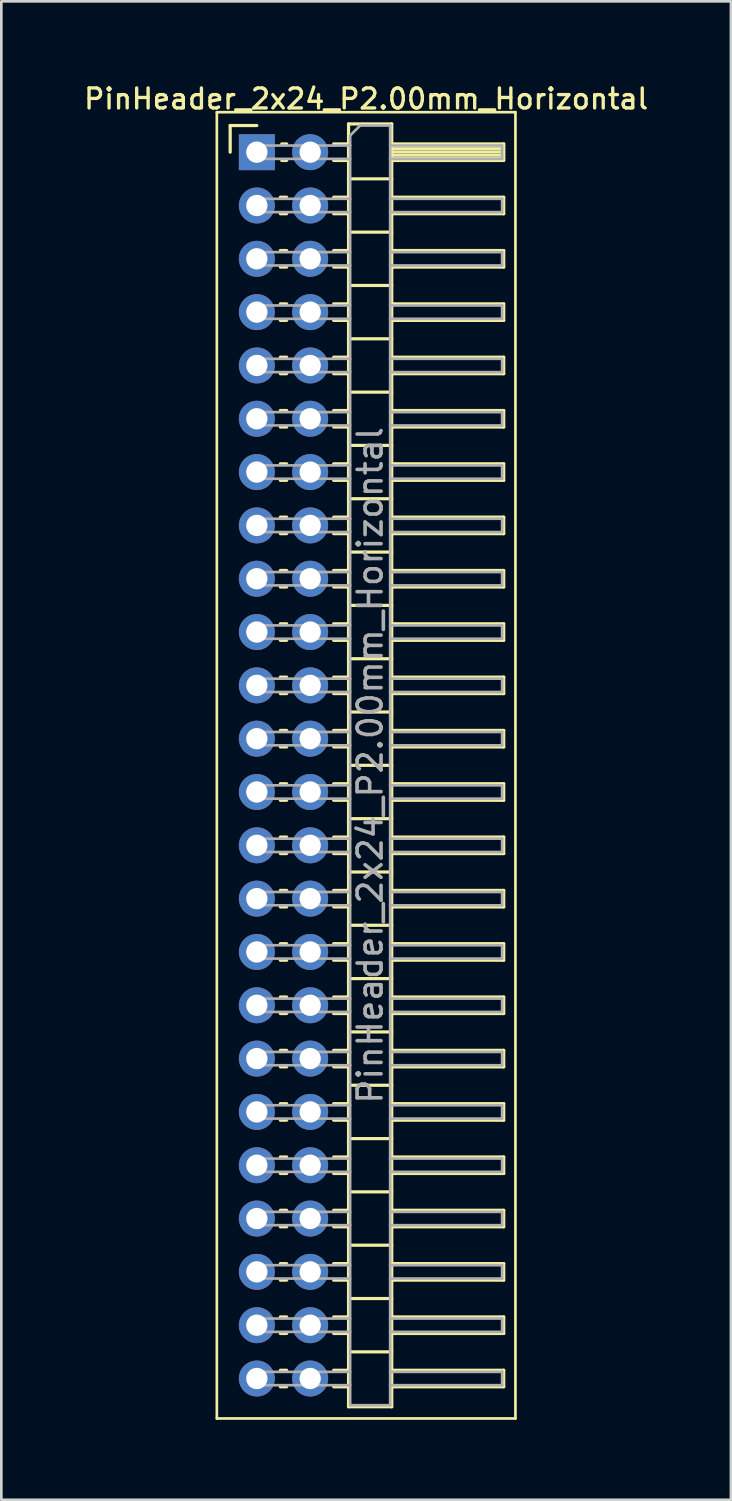
<source format=kicad_pcb>
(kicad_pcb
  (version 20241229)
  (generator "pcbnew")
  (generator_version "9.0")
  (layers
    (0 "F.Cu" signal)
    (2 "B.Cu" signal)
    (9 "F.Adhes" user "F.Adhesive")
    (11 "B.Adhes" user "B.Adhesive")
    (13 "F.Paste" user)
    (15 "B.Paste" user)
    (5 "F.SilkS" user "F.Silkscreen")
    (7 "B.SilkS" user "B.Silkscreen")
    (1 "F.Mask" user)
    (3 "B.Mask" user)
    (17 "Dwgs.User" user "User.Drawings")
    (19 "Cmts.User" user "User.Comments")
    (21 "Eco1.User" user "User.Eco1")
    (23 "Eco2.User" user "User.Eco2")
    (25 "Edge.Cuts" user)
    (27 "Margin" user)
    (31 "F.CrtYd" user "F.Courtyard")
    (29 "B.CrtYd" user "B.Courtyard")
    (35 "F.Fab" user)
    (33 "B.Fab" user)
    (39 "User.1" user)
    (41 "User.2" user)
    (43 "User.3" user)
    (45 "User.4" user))
  (footprint "PinHeader_2x24_P2.00mm_Horizontal"
    (layer "F.Cu")
    (at 6.584 2.658)
    (property "Reference" "PinHeader_2x24_P2.00mm_Horizontal" (at 4.1 -2 0) (layer "F.SilkS") (effects (font (size 0.75 0.75) (thickness 0.125))))
    (attr through_hole)
    (fp_line (start -1.5 -1.5) (end -1.5 47.5) (stroke (width 0.1) (type solid)) (layer "F.SilkS"))
    (fp_line (start -1.5 47.5) (end 9.7 47.5) (stroke (width 0.1) (type solid)) (layer "F.SilkS"))
    (fp_line (start -1 -1) (end 0 -1) (stroke (width 0.12) (type solid)) (layer "F.SilkS"))
    (fp_line (start -1 0) (end -1 -1) (stroke (width 0.12) (type solid)) (layer "F.SilkS"))
    (fp_line (start 0.882 1.69) (end 1.118 1.69) (stroke (width 0.12) (type solid)) (layer "F.SilkS"))
    (fp_line (start 0.882 2.31) (end 1.118 2.31) (stroke (width 0.12) (type solid)) (layer "F.SilkS"))
    (fp_line (start 0.882 3.69) (end 1.118 3.69) (stroke (width 0.12) (type solid)) (layer "F.SilkS"))
    (fp_line (start 0.882 4.31) (end 1.118 4.31) (stroke (width 0.12) (type solid)) (layer "F.SilkS"))
    (fp_line (start 0.882 5.69) (end 1.118 5.69) (stroke (width 0.12) (type solid)) (layer "F.SilkS"))
    (fp_line (start 0.882 6.31) (end 1.118 6.31) (stroke (width 0.12) (type solid)) (layer "F.SilkS"))
    (fp_line (start 0.882 7.69) (end 1.118 7.69) (stroke (width 0.12) (type solid)) (layer "F.SilkS"))
    (fp_line (start 0.882 8.31) (end 1.118 8.31) (stroke (width 0.12) (type solid)) (layer "F.SilkS"))
    (fp_line (start 0.882 9.69) (end 1.118 9.69) (stroke (width 0.12) (type solid)) (layer "F.SilkS"))
    (fp_line (start 0.882 10.31) (end 1.118 10.31) (stroke (width 0.12) (type solid)) (layer "F.SilkS"))
    (fp_line (start 0.882 11.69) (end 1.118 11.69) (stroke (width 0.12) (type solid)) (layer "F.SilkS"))
    (fp_line (start 0.882 12.31) (end 1.118 12.31) (stroke (width 0.12) (type solid)) (layer "F.SilkS"))
    (fp_line (start 0.882 13.69) (end 1.118 13.69) (stroke (width 0.12) (type solid)) (layer "F.SilkS"))
    (fp_line (start 0.882 14.31) (end 1.118 14.31) (stroke (width 0.12) (type solid)) (layer "F.SilkS"))
    (fp_line (start 0.882 15.69) (end 1.118 15.69) (stroke (width 0.12) (type solid)) (layer "F.SilkS"))
    (fp_line (start 0.882 16.31) (end 1.118 16.31) (stroke (width 0.12) (type solid)) (layer "F.SilkS"))
    (fp_line (start 0.882 17.69) (end 1.118 17.69) (stroke (width 0.12) (type solid)) (layer "F.SilkS"))
    (fp_line (start 0.882 18.31) (end 1.118 18.31) (stroke (width 0.12) (type solid)) (layer "F.SilkS"))
    (fp_line (start 0.882 19.69) (end 1.118 19.69) (stroke (width 0.12) (type solid)) (layer "F.SilkS"))
    (fp_line (start 0.882 20.31) (end 1.118 20.31) (stroke (width 0.12) (type solid)) (layer "F.SilkS"))
    (fp_line (start 0.882 21.69) (end 1.118 21.69) (stroke (width 0.12) (type solid)) (layer "F.SilkS"))
    (fp_line (start 0.882 22.31) (end 1.118 22.31) (stroke (width 0.12) (type solid)) (layer "F.SilkS"))
    (fp_line (start 0.882 23.69) (end 1.118 23.69) (stroke (width 0.12) (type solid)) (layer "F.SilkS"))
    (fp_line (start 0.882 24.31) (end 1.118 24.31) (stroke (width 0.12) (type solid)) (layer "F.SilkS"))
    (fp_line (start 0.882 25.69) (end 1.118 25.69) (stroke (width 0.12) (type solid)) (layer "F.SilkS"))
    (fp_line (start 0.882 26.31) (end 1.118 26.31) (stroke (width 0.12) (type solid)) (layer "F.SilkS"))
    (fp_line (start 0.882 27.69) (end 1.118 27.69) (stroke (width 0.12) (type solid)) (layer "F.SilkS"))
    (fp_line (start 0.882 28.31) (end 1.118 28.31) (stroke (width 0.12) (type solid)) (layer "F.SilkS"))
    (fp_line (start 0.882 29.69) (end 1.118 29.69) (stroke (width 0.12) (type solid)) (layer "F.SilkS"))
    (fp_line (start 0.882 30.31) (end 1.118 30.31) (stroke (width 0.12) (type solid)) (layer "F.SilkS"))
    (fp_line (start 0.882 31.69) (end 1.118 31.69) (stroke (width 0.12) (type solid)) (layer "F.SilkS"))
    (fp_line (start 0.882 32.31) (end 1.118 32.31) (stroke (width 0.12) (type solid)) (layer "F.SilkS"))
    (fp_line (start 0.882 33.69) (end 1.118 33.69) (stroke (width 0.12) (type solid)) (layer "F.SilkS"))
    (fp_line (start 0.882 34.31) (end 1.118 34.31) (stroke (width 0.12) (type solid)) (layer "F.SilkS"))
    (fp_line (start 0.882 35.69) (end 1.118 35.69) (stroke (width 0.12) (type solid)) (layer "F.SilkS"))
    (fp_line (start 0.882 36.31) (end 1.118 36.31) (stroke (width 0.12) (type solid)) (layer "F.SilkS"))
    (fp_line (start 0.882 37.69) (end 1.118 37.69) (stroke (width 0.12) (type solid)) (layer "F.SilkS"))
    (fp_line (start 0.882 38.31) (end 1.118 38.31) (stroke (width 0.12) (type solid)) (layer "F.SilkS"))
    (fp_line (start 0.882 39.69) (end 1.118 39.69) (stroke (width 0.12) (type solid)) (layer "F.SilkS"))
    (fp_line (start 0.882 40.31) (end 1.118 40.31) (stroke (width 0.12) (type solid)) (layer "F.SilkS"))
    (fp_line (start 0.882 41.69) (end 1.118 41.69) (stroke (width 0.12) (type solid)) (layer "F.SilkS"))
    (fp_line (start 0.882 42.31) (end 1.118 42.31) (stroke (width 0.12) (type solid)) (layer "F.SilkS"))
    (fp_line (start 0.882 43.69) (end 1.118 43.69) (stroke (width 0.12) (type solid)) (layer "F.SilkS"))
    (fp_line (start 0.882 44.31) (end 1.118 44.31) (stroke (width 0.12) (type solid)) (layer "F.SilkS"))
    (fp_line (start 0.882 45.69) (end 1.118 45.69) (stroke (width 0.12) (type solid)) (layer "F.SilkS"))
    (fp_line (start 0.882 46.31) (end 1.118 46.31) (stroke (width 0.12) (type solid)) (layer "F.SilkS"))
    (fp_line (start 0.935 -0.31) (end 1.118 -0.31) (stroke (width 0.12) (type solid)) (layer "F.SilkS"))
    (fp_line (start 0.935 0.31) (end 1.118 0.31) (stroke (width 0.12) (type solid)) (layer "F.SilkS"))
    (fp_line (start 2.882 -0.31) (end 3.44 -0.31) (stroke (width 0.12) (type solid)) (layer "F.SilkS"))
    (fp_line (start 2.882 0.31) (end 3.44 0.31) (stroke (width 0.12) (type solid)) (layer "F.SilkS"))
    (fp_line (start 2.882 1.69) (end 3.44 1.69) (stroke (width 0.12) (type solid)) (layer "F.SilkS"))
    (fp_line (start 2.882 2.31) (end 3.44 2.31) (stroke (width 0.12) (type solid)) (layer "F.SilkS"))
    (fp_line (start 2.882 3.69) (end 3.44 3.69) (stroke (width 0.12) (type solid)) (layer "F.SilkS"))
    (fp_line (start 2.882 4.31) (end 3.44 4.31) (stroke (width 0.12) (type solid)) (layer "F.SilkS"))
    (fp_line (start 2.882 5.69) (end 3.44 5.69) (stroke (width 0.12) (type solid)) (layer "F.SilkS"))
    (fp_line (start 2.882 6.31) (end 3.44 6.31) (stroke (width 0.12) (type solid)) (layer "F.SilkS"))
    (fp_line (start 2.882 7.69) (end 3.44 7.69) (stroke (width 0.12) (type solid)) (layer "F.SilkS"))
    (fp_line (start 2.882 8.31) (end 3.44 8.31) (stroke (width 0.12) (type solid)) (layer "F.SilkS"))
    (fp_line (start 2.882 9.69) (end 3.44 9.69) (stroke (width 0.12) (type solid)) (layer "F.SilkS"))
    (fp_line (start 2.882 10.31) (end 3.44 10.31) (stroke (width 0.12) (type solid)) (layer "F.SilkS"))
    (fp_line (start 2.882 11.69) (end 3.44 11.69) (stroke (width 0.12) (type solid)) (layer "F.SilkS"))
    (fp_line (start 2.882 12.31) (end 3.44 12.31) (stroke (width 0.12) (type solid)) (layer "F.SilkS"))
    (fp_line (start 2.882 13.69) (end 3.44 13.69) (stroke (width 0.12) (type solid)) (layer "F.SilkS"))
    (fp_line (start 2.882 14.31) (end 3.44 14.31) (stroke (width 0.12) (type solid)) (layer "F.SilkS"))
    (fp_line (start 2.882 15.69) (end 3.44 15.69) (stroke (width 0.12) (type solid)) (layer "F.SilkS"))
    (fp_line (start 2.882 16.31) (end 3.44 16.31) (stroke (width 0.12) (type solid)) (layer "F.SilkS"))
    (fp_line (start 2.882 17.69) (end 3.44 17.69) (stroke (width 0.12) (type solid)) (layer "F.SilkS"))
    (fp_line (start 2.882 18.31) (end 3.44 18.31) (stroke (width 0.12) (type solid)) (layer "F.SilkS"))
    (fp_line (start 2.882 19.69) (end 3.44 19.69) (stroke (width 0.12) (type solid)) (layer "F.SilkS"))
    (fp_line (start 2.882 20.31) (end 3.44 20.31) (stroke (width 0.12) (type solid)) (layer "F.SilkS"))
    (fp_line (start 2.882 21.69) (end 3.44 21.69) (stroke (width 0.12) (type solid)) (layer "F.SilkS"))
    (fp_line (start 2.882 22.31) (end 3.44 22.31) (stroke (width 0.12) (type solid)) (layer "F.SilkS"))
    (fp_line (start 2.882 23.69) (end 3.44 23.69) (stroke (width 0.12) (type solid)) (layer "F.SilkS"))
    (fp_line (start 2.882 24.31) (end 3.44 24.31) (stroke (width 0.12) (type solid)) (layer "F.SilkS"))
    (fp_line (start 2.882 25.69) (end 3.44 25.69) (stroke (width 0.12) (type solid)) (layer "F.SilkS"))
    (fp_line (start 2.882 26.31) (end 3.44 26.31) (stroke (width 0.12) (type solid)) (layer "F.SilkS"))
    (fp_line (start 2.882 27.69) (end 3.44 27.69) (stroke (width 0.12) (type solid)) (layer "F.SilkS"))
    (fp_line (start 2.882 28.31) (end 3.44 28.31) (stroke (width 0.12) (type solid)) (layer "F.SilkS"))
    (fp_line (start 2.882 29.69) (end 3.44 29.69) (stroke (width 0.12) (type solid)) (layer "F.SilkS"))
    (fp_line (start 2.882 30.31) (end 3.44 30.31) (stroke (width 0.12) (type solid)) (layer "F.SilkS"))
    (fp_line (start 2.882 31.69) (end 3.44 31.69) (stroke (width 0.12) (type solid)) (layer "F.SilkS"))
    (fp_line (start 2.882 32.31) (end 3.44 32.31) (stroke (width 0.12) (type solid)) (layer "F.SilkS"))
    (fp_line (start 2.882 33.69) (end 3.44 33.69) (stroke (width 0.12) (type solid)) (layer "F.SilkS"))
    (fp_line (start 2.882 34.31) (end 3.44 34.31) (stroke (width 0.12) (type solid)) (layer "F.SilkS"))
    (fp_line (start 2.882 35.69) (end 3.44 35.69) (stroke (width 0.12) (type solid)) (layer "F.SilkS"))
    (fp_line (start 2.882 36.31) (end 3.44 36.31) (stroke (width 0.12) (type solid)) (layer "F.SilkS"))
    (fp_line (start 2.882 37.69) (end 3.44 37.69) (stroke (width 0.12) (type solid)) (layer "F.SilkS"))
    (fp_line (start 2.882 38.31) (end 3.44 38.31) (stroke (width 0.12) (type solid)) (layer "F.SilkS"))
    (fp_line (start 2.882 39.69) (end 3.44 39.69) (stroke (width 0.12) (type solid)) (layer "F.SilkS"))
    (fp_line (start 2.882 40.31) (end 3.44 40.31) (stroke (width 0.12) (type solid)) (layer "F.SilkS"))
    (fp_line (start 2.882 41.69) (end 3.44 41.69) (stroke (width 0.12) (type solid)) (layer "F.SilkS"))
    (fp_line (start 2.882 42.31) (end 3.44 42.31) (stroke (width 0.12) (type solid)) (layer "F.SilkS"))
    (fp_line (start 2.882 43.69) (end 3.44 43.69) (stroke (width 0.12) (type solid)) (layer "F.SilkS"))
    (fp_line (start 2.882 44.31) (end 3.44 44.31) (stroke (width 0.12) (type solid)) (layer "F.SilkS"))
    (fp_line (start 2.882 45.69) (end 3.44 45.69) (stroke (width 0.12) (type solid)) (layer "F.SilkS"))
    (fp_line (start 2.882 46.31) (end 3.44 46.31) (stroke (width 0.12) (type solid)) (layer "F.SilkS"))
    (fp_line (start 3.44 -1.06) (end 3.44 47.06) (stroke (width 0.12) (type solid)) (layer "F.SilkS"))
    (fp_line (start 3.44 1) (end 5.06 1) (stroke (width 0.12) (type solid)) (layer "F.SilkS"))
    (fp_line (start 3.44 3) (end 5.06 3) (stroke (width 0.12) (type solid)) (layer "F.SilkS"))
    (fp_line (start 3.44 5) (end 5.06 5) (stroke (width 0.12) (type solid)) (layer "F.SilkS"))
    (fp_line (start 3.44 7) (end 5.06 7) (stroke (width 0.12) (type solid)) (layer "F.SilkS"))
    (fp_line (start 3.44 9) (end 5.06 9) (stroke (width 0.12) (type solid)) (layer "F.SilkS"))
    (fp_line (start 3.44 11) (end 5.06 11) (stroke (width 0.12) (type solid)) (layer "F.SilkS"))
    (fp_line (start 3.44 13) (end 5.06 13) (stroke (width 0.12) (type solid)) (layer "F.SilkS"))
    (fp_line (start 3.44 15) (end 5.06 15) (stroke (width 0.12) (type solid)) (layer "F.SilkS"))
    (fp_line (start 3.44 17) (end 5.06 17) (stroke (width 0.12) (type solid)) (layer "F.SilkS"))
    (fp_line (start 3.44 19) (end 5.06 19) (stroke (width 0.12) (type solid)) (layer "F.SilkS"))
    (fp_line (start 3.44 21) (end 5.06 21) (stroke (width 0.12) (type solid)) (layer "F.SilkS"))
    (fp_line (start 3.44 23) (end 5.06 23) (stroke (width 0.12) (type solid)) (layer "F.SilkS"))
    (fp_line (start 3.44 25) (end 5.06 25) (stroke (width 0.12) (type solid)) (layer "F.SilkS"))
    (fp_line (start 3.44 27) (end 5.06 27) (stroke (width 0.12) (type solid)) (layer "F.SilkS"))
    (fp_line (start 3.44 29) (end 5.06 29) (stroke (width 0.12) (type solid)) (layer "F.SilkS"))
    (fp_line (start 3.44 31) (end 5.06 31) (stroke (width 0.12) (type solid)) (layer "F.SilkS"))
    (fp_line (start 3.44 33) (end 5.06 33) (stroke (width 0.12) (type solid)) (layer "F.SilkS"))
    (fp_line (start 3.44 35) (end 5.06 35) (stroke (width 0.12) (type solid)) (layer "F.SilkS"))
    (fp_line (start 3.44 37) (end 5.06 37) (stroke (width 0.12) (type solid)) (layer "F.SilkS"))
    (fp_line (start 3.44 39) (end 5.06 39) (stroke (width 0.12) (type solid)) (layer "F.SilkS"))
    (fp_line (start 3.44 41) (end 5.06 41) (stroke (width 0.12) (type solid)) (layer "F.SilkS"))
    (fp_line (start 3.44 43) (end 5.06 43) (stroke (width 0.12) (type solid)) (layer "F.SilkS"))
    (fp_line (start 3.44 45) (end 5.06 45) (stroke (width 0.12) (type solid)) (layer "F.SilkS"))
    (fp_line (start 3.44 47.06) (end 5.06 47.06) (stroke (width 0.12) (type solid)) (layer "F.SilkS"))
    (fp_line (start 5.06 -1.06) (end 3.44 -1.06) (stroke (width 0.12) (type solid)) (layer "F.SilkS"))
    (fp_line (start 5.06 -0.31) (end 9.26 -0.31) (stroke (width 0.12) (type solid)) (layer "F.SilkS"))
    (fp_line (start 5.06 -0.25) (end 9.26 -0.25) (stroke (width 0.12) (type solid)) (layer "F.SilkS"))
    (fp_line (start 5.06 -0.13) (end 9.26 -0.13) (stroke (width 0.12) (type solid)) (layer "F.SilkS"))
    (fp_line (start 5.06 -0.01) (end 9.26 -0.01) (stroke (width 0.12) (type solid)) (layer "F.SilkS"))
    (fp_line (start 5.06 0.11) (end 9.26 0.11) (stroke (width 0.12) (type solid)) (layer "F.SilkS"))
    (fp_line (start 5.06 0.23) (end 9.26 0.23) (stroke (width 0.12) (type solid)) (layer "F.SilkS"))
    (fp_line (start 5.06 1.69) (end 9.26 1.69) (stroke (width 0.12) (type solid)) (layer "F.SilkS"))
    (fp_line (start 5.06 3.69) (end 9.26 3.69) (stroke (width 0.12) (type solid)) (layer "F.SilkS"))
    (fp_line (start 5.06 5.69) (end 9.26 5.69) (stroke (width 0.12) (type solid)) (layer "F.SilkS"))
    (fp_line (start 5.06 7.69) (end 9.26 7.69) (stroke (width 0.12) (type solid)) (layer "F.SilkS"))
    (fp_line (start 5.06 9.69) (end 9.26 9.69) (stroke (width 0.12) (type solid)) (layer "F.SilkS"))
    (fp_line (start 5.06 11.69) (end 9.26 11.69) (stroke (width 0.12) (type solid)) (layer "F.SilkS"))
    (fp_line (start 5.06 13.69) (end 9.26 13.69) (stroke (width 0.12) (type solid)) (layer "F.SilkS"))
    (fp_line (start 5.06 15.69) (end 9.26 15.69) (stroke (width 0.12) (type solid)) (layer "F.SilkS"))
    (fp_line (start 5.06 17.69) (end 9.26 17.69) (stroke (width 0.12) (type solid)) (layer "F.SilkS"))
    (fp_line (start 5.06 19.69) (end 9.26 19.69) (stroke (width 0.12) (type solid)) (layer "F.SilkS"))
    (fp_line (start 5.06 21.69) (end 9.26 21.69) (stroke (width 0.12) (type solid)) (layer "F.SilkS"))
    (fp_line (start 5.06 23.69) (end 9.26 23.69) (stroke (width 0.12) (type solid)) (layer "F.SilkS"))
    (fp_line (start 5.06 25.69) (end 9.26 25.69) (stroke (width 0.12) (type solid)) (layer "F.SilkS"))
    (fp_line (start 5.06 27.69) (end 9.26 27.69) (stroke (width 0.12) (type solid)) (layer "F.SilkS"))
    (fp_line (start 5.06 29.69) (end 9.26 29.69) (stroke (width 0.12) (type solid)) (layer "F.SilkS"))
    (fp_line (start 5.06 31.69) (end 9.26 31.69) (stroke (width 0.12) (type solid)) (layer "F.SilkS"))
    (fp_line (start 5.06 33.69) (end 9.26 33.69) (stroke (width 0.12) (type solid)) (layer "F.SilkS"))
    (fp_line (start 5.06 35.69) (end 9.26 35.69) (stroke (width 0.12) (type solid)) (layer "F.SilkS"))
    (fp_line (start 5.06 37.69) (end 9.26 37.69) (stroke (width 0.12) (type solid)) (layer "F.SilkS"))
    (fp_line (start 5.06 39.69) (end 9.26 39.69) (stroke (width 0.12) (type solid)) (layer "F.SilkS"))
    (fp_line (start 5.06 41.69) (end 9.26 41.69) (stroke (width 0.12) (type solid)) (layer "F.SilkS"))
    (fp_line (start 5.06 43.69) (end 9.26 43.69) (stroke (width 0.12) (type solid)) (layer "F.SilkS"))
    (fp_line (start 5.06 45.69) (end 9.26 45.69) (stroke (width 0.12) (type solid)) (layer "F.SilkS"))
    (fp_line (start 5.06 47.06) (end 5.06 -1.06) (stroke (width 0.12) (type solid)) (layer "F.SilkS"))
    (fp_line (start 9.26 -0.31) (end 9.26 0.31) (stroke (width 0.12) (type solid)) (layer "F.SilkS"))
    (fp_line (start 9.26 0.31) (end 5.06 0.31) (stroke (width 0.12) (type solid)) (layer "F.SilkS"))
    (fp_line (start 9.26 1.69) (end 9.26 2.31) (stroke (width 0.12) (type solid)) (layer "F.SilkS"))
    (fp_line (start 9.26 2.31) (end 5.06 2.31) (stroke (width 0.12) (type solid)) (layer "F.SilkS"))
    (fp_line (start 9.26 3.69) (end 9.26 4.31) (stroke (width 0.12) (type solid)) (layer "F.SilkS"))
    (fp_line (start 9.26 4.31) (end 5.06 4.31) (stroke (width 0.12) (type solid)) (layer "F.SilkS"))
    (fp_line (start 9.26 5.69) (end 9.26 6.31) (stroke (width 0.12) (type solid)) (layer "F.SilkS"))
    (fp_line (start 9.26 6.31) (end 5.06 6.31) (stroke (width 0.12) (type solid)) (layer "F.SilkS"))
    (fp_line (start 9.26 7.69) (end 9.26 8.31) (stroke (width 0.12) (type solid)) (layer "F.SilkS"))
    (fp_line (start 9.26 8.31) (end 5.06 8.31) (stroke (width 0.12) (type solid)) (layer "F.SilkS"))
    (fp_line (start 9.26 9.69) (end 9.26 10.31) (stroke (width 0.12) (type solid)) (layer "F.SilkS"))
    (fp_line (start 9.26 10.31) (end 5.06 10.31) (stroke (width 0.12) (type solid)) (layer "F.SilkS"))
    (fp_line (start 9.26 11.69) (end 9.26 12.31) (stroke (width 0.12) (type solid)) (layer "F.SilkS"))
    (fp_line (start 9.26 12.31) (end 5.06 12.31) (stroke (width 0.12) (type solid)) (layer "F.SilkS"))
    (fp_line (start 9.26 13.69) (end 9.26 14.31) (stroke (width 0.12) (type solid)) (layer "F.SilkS"))
    (fp_line (start 9.26 14.31) (end 5.06 14.31) (stroke (width 0.12) (type solid)) (layer "F.SilkS"))
    (fp_line (start 9.26 15.69) (end 9.26 16.31) (stroke (width 0.12) (type solid)) (layer "F.SilkS"))
    (fp_line (start 9.26 16.31) (end 5.06 16.31) (stroke (width 0.12) (type solid)) (layer "F.SilkS"))
    (fp_line (start 9.26 17.69) (end 9.26 18.31) (stroke (width 0.12) (type solid)) (layer "F.SilkS"))
    (fp_line (start 9.26 18.31) (end 5.06 18.31) (stroke (width 0.12) (type solid)) (layer "F.SilkS"))
    (fp_line (start 9.26 19.69) (end 9.26 20.31) (stroke (width 0.12) (type solid)) (layer "F.SilkS"))
    (fp_line (start 9.26 20.31) (end 5.06 20.31) (stroke (width 0.12) (type solid)) (layer "F.SilkS"))
    (fp_line (start 9.26 21.69) (end 9.26 22.31) (stroke (width 0.12) (type solid)) (layer "F.SilkS"))
    (fp_line (start 9.26 22.31) (end 5.06 22.31) (stroke (width 0.12) (type solid)) (layer "F.SilkS"))
    (fp_line (start 9.26 23.69) (end 9.26 24.31) (stroke (width 0.12) (type solid)) (layer "F.SilkS"))
    (fp_line (start 9.26 24.31) (end 5.06 24.31) (stroke (width 0.12) (type solid)) (layer "F.SilkS"))
    (fp_line (start 9.26 25.69) (end 9.26 26.31) (stroke (width 0.12) (type solid)) (layer "F.SilkS"))
    (fp_line (start 9.26 26.31) (end 5.06 26.31) (stroke (width 0.12) (type solid)) (layer "F.SilkS"))
    (fp_line (start 9.26 27.69) (end 9.26 28.31) (stroke (width 0.12) (type solid)) (layer "F.SilkS"))
    (fp_line (start 9.26 28.31) (end 5.06 28.31) (stroke (width 0.12) (type solid)) (layer "F.SilkS"))
    (fp_line (start 9.26 29.69) (end 9.26 30.31) (stroke (width 0.12) (type solid)) (layer "F.SilkS"))
    (fp_line (start 9.26 30.31) (end 5.06 30.31) (stroke (width 0.12) (type solid)) (layer "F.SilkS"))
    (fp_line (start 9.26 31.69) (end 9.26 32.31) (stroke (width 0.12) (type solid)) (layer "F.SilkS"))
    (fp_line (start 9.26 32.31) (end 5.06 32.31) (stroke (width 0.12) (type solid)) (layer "F.SilkS"))
    (fp_line (start 9.26 33.69) (end 9.26 34.31) (stroke (width 0.12) (type solid)) (layer "F.SilkS"))
    (fp_line (start 9.26 34.31) (end 5.06 34.31) (stroke (width 0.12) (type solid)) (layer "F.SilkS"))
    (fp_line (start 9.26 35.69) (end 9.26 36.31) (stroke (width 0.12) (type solid)) (layer "F.SilkS"))
    (fp_line (start 9.26 36.31) (end 5.06 36.31) (stroke (width 0.12) (type solid)) (layer "F.SilkS"))
    (fp_line (start 9.26 37.69) (end 9.26 38.31) (stroke (width 0.12) (type solid)) (layer "F.SilkS"))
    (fp_line (start 9.26 38.31) (end 5.06 38.31) (stroke (width 0.12) (type solid)) (layer "F.SilkS"))
    (fp_line (start 9.26 39.69) (end 9.26 40.31) (stroke (width 0.12) (type solid)) (layer "F.SilkS"))
    (fp_line (start 9.26 40.31) (end 5.06 40.31) (stroke (width 0.12) (type solid)) (layer "F.SilkS"))
    (fp_line (start 9.26 41.69) (end 9.26 42.31) (stroke (width 0.12) (type solid)) (layer "F.SilkS"))
    (fp_line (start 9.26 42.31) (end 5.06 42.31) (stroke (width 0.12) (type solid)) (layer "F.SilkS"))
    (fp_line (start 9.26 43.69) (end 9.26 44.31) (stroke (width 0.12) (type solid)) (layer "F.SilkS"))
    (fp_line (start 9.26 44.31) (end 5.06 44.31) (stroke (width 0.12) (type solid)) (layer "F.SilkS"))
    (fp_line (start 9.26 45.69) (end 9.26 46.31) (stroke (width 0.12) (type solid)) (layer "F.SilkS"))
    (fp_line (start 9.26 46.31) (end 5.06 46.31) (stroke (width 0.12) (type solid)) (layer "F.SilkS"))
    (fp_line (start 9.7 -1.5) (end -1.5 -1.5) (stroke (width 0.1) (type solid)) (layer "F.SilkS"))
    (fp_line (start 9.7 47.5) (end 9.7 -1.5) (stroke (width 0.1) (type solid)) (layer "F.SilkS"))
    (fp_line (start -0.25 -0.25) (end -0.25 0.25) (stroke (width 0.1) (type solid)) (layer "F.Fab"))
    (fp_line (start -0.25 -0.25) (end 3.5 -0.25) (stroke (width 0.1) (type solid)) (layer "F.Fab"))
    (fp_line (start -0.25 0.25) (end 3.5 0.25) (stroke (width 0.1) (type solid)) (layer "F.Fab"))
    (fp_line (start -0.25 1.75) (end -0.25 2.25) (stroke (width 0.1) (type solid)) (layer "F.Fab"))
    (fp_line (start -0.25 1.75) (end 3.5 1.75) (stroke (width 0.1) (type solid)) (layer "F.Fab"))
    (fp_line (start -0.25 2.25) (end 3.5 2.25) (stroke (width 0.1) (type solid)) (layer "F.Fab"))
    (fp_line (start -0.25 3.75) (end -0.25 4.25) (stroke (width 0.1) (type solid)) (layer "F.Fab"))
    (fp_line (start -0.25 3.75) (end 3.5 3.75) (stroke (width 0.1) (type solid)) (layer "F.Fab"))
    (fp_line (start -0.25 4.25) (end 3.5 4.25) (stroke (width 0.1) (type solid)) (layer "F.Fab"))
    (fp_line (start -0.25 5.75) (end -0.25 6.25) (stroke (width 0.1) (type solid)) (layer "F.Fab"))
    (fp_line (start -0.25 5.75) (end 3.5 5.75) (stroke (width 0.1) (type solid)) (layer "F.Fab"))
    (fp_line (start -0.25 6.25) (end 3.5 6.25) (stroke (width 0.1) (type solid)) (layer "F.Fab"))
    (fp_line (start -0.25 7.75) (end -0.25 8.25) (stroke (width 0.1) (type solid)) (layer "F.Fab"))
    (fp_line (start -0.25 7.75) (end 3.5 7.75) (stroke (width 0.1) (type solid)) (layer "F.Fab"))
    (fp_line (start -0.25 8.25) (end 3.5 8.25) (stroke (width 0.1) (type solid)) (layer "F.Fab"))
    (fp_line (start -0.25 9.75) (end -0.25 10.25) (stroke (width 0.1) (type solid)) (layer "F.Fab"))
    (fp_line (start -0.25 9.75) (end 3.5 9.75) (stroke (width 0.1) (type solid)) (layer "F.Fab"))
    (fp_line (start -0.25 10.25) (end 3.5 10.25) (stroke (width 0.1) (type solid)) (layer "F.Fab"))
    (fp_line (start -0.25 11.75) (end -0.25 12.25) (stroke (width 0.1) (type solid)) (layer "F.Fab"))
    (fp_line (start -0.25 11.75) (end 3.5 11.75) (stroke (width 0.1) (type solid)) (layer "F.Fab"))
    (fp_line (start -0.25 12.25) (end 3.5 12.25) (stroke (width 0.1) (type solid)) (layer "F.Fab"))
    (fp_line (start -0.25 13.75) (end -0.25 14.25) (stroke (width 0.1) (type solid)) (layer "F.Fab"))
    (fp_line (start -0.25 13.75) (end 3.5 13.75) (stroke (width 0.1) (type solid)) (layer "F.Fab"))
    (fp_line (start -0.25 14.25) (end 3.5 14.25) (stroke (width 0.1) (type solid)) (layer "F.Fab"))
    (fp_line (start -0.25 15.75) (end -0.25 16.25) (stroke (width 0.1) (type solid)) (layer "F.Fab"))
    (fp_line (start -0.25 15.75) (end 3.5 15.75) (stroke (width 0.1) (type solid)) (layer "F.Fab"))
    (fp_line (start -0.25 16.25) (end 3.5 16.25) (stroke (width 0.1) (type solid)) (layer "F.Fab"))
    (fp_line (start -0.25 17.75) (end -0.25 18.25) (stroke (width 0.1) (type solid)) (layer "F.Fab"))
    (fp_line (start -0.25 17.75) (end 3.5 17.75) (stroke (width 0.1) (type solid)) (layer "F.Fab"))
    (fp_line (start -0.25 18.25) (end 3.5 18.25) (stroke (width 0.1) (type solid)) (layer "F.Fab"))
    (fp_line (start -0.25 19.75) (end -0.25 20.25) (stroke (width 0.1) (type solid)) (layer "F.Fab"))
    (fp_line (start -0.25 19.75) (end 3.5 19.75) (stroke (width 0.1) (type solid)) (layer "F.Fab"))
    (fp_line (start -0.25 20.25) (end 3.5 20.25) (stroke (width 0.1) (type solid)) (layer "F.Fab"))
    (fp_line (start -0.25 21.75) (end -0.25 22.25) (stroke (width 0.1) (type solid)) (layer "F.Fab"))
    (fp_line (start -0.25 21.75) (end 3.5 21.75) (stroke (width 0.1) (type solid)) (layer "F.Fab"))
    (fp_line (start -0.25 22.25) (end 3.5 22.25) (stroke (width 0.1) (type solid)) (layer "F.Fab"))
    (fp_line (start -0.25 23.75) (end -0.25 24.25) (stroke (width 0.1) (type solid)) (layer "F.Fab"))
    (fp_line (start -0.25 23.75) (end 3.5 23.75) (stroke (width 0.1) (type solid)) (layer "F.Fab"))
    (fp_line (start -0.25 24.25) (end 3.5 24.25) (stroke (width 0.1) (type solid)) (layer "F.Fab"))
    (fp_line (start -0.25 25.75) (end -0.25 26.25) (stroke (width 0.1) (type solid)) (layer "F.Fab"))
    (fp_line (start -0.25 25.75) (end 3.5 25.75) (stroke (width 0.1) (type solid)) (layer "F.Fab"))
    (fp_line (start -0.25 26.25) (end 3.5 26.25) (stroke (width 0.1) (type solid)) (layer "F.Fab"))
    (fp_line (start -0.25 27.75) (end -0.25 28.25) (stroke (width 0.1) (type solid)) (layer "F.Fab"))
    (fp_line (start -0.25 27.75) (end 3.5 27.75) (stroke (width 0.1) (type solid)) (layer "F.Fab"))
    (fp_line (start -0.25 28.25) (end 3.5 28.25) (stroke (width 0.1) (type solid)) (layer "F.Fab"))
    (fp_line (start -0.25 29.75) (end -0.25 30.25) (stroke (width 0.1) (type solid)) (layer "F.Fab"))
    (fp_line (start -0.25 29.75) (end 3.5 29.75) (stroke (width 0.1) (type solid)) (layer "F.Fab"))
    (fp_line (start -0.25 30.25) (end 3.5 30.25) (stroke (width 0.1) (type solid)) (layer "F.Fab"))
    (fp_line (start -0.25 31.75) (end -0.25 32.25) (stroke (width 0.1) (type solid)) (layer "F.Fab"))
    (fp_line (start -0.25 31.75) (end 3.5 31.75) (stroke (width 0.1) (type solid)) (layer "F.Fab"))
    (fp_line (start -0.25 32.25) (end 3.5 32.25) (stroke (width 0.1) (type solid)) (layer "F.Fab"))
    (fp_line (start -0.25 33.75) (end -0.25 34.25) (stroke (width 0.1) (type solid)) (layer "F.Fab"))
    (fp_line (start -0.25 33.75) (end 3.5 33.75) (stroke (width 0.1) (type solid)) (layer "F.Fab"))
    (fp_line (start -0.25 34.25) (end 3.5 34.25) (stroke (width 0.1) (type solid)) (layer "F.Fab"))
    (fp_line (start -0.25 35.75) (end -0.25 36.25) (stroke (width 0.1) (type solid)) (layer "F.Fab"))
    (fp_line (start -0.25 35.75) (end 3.5 35.75) (stroke (width 0.1) (type solid)) (layer "F.Fab"))
    (fp_line (start -0.25 36.25) (end 3.5 36.25) (stroke (width 0.1) (type solid)) (layer "F.Fab"))
    (fp_line (start -0.25 37.75) (end -0.25 38.25) (stroke (width 0.1) (type solid)) (layer "F.Fab"))
    (fp_line (start -0.25 37.75) (end 3.5 37.75) (stroke (width 0.1) (type solid)) (layer "F.Fab"))
    (fp_line (start -0.25 38.25) (end 3.5 38.25) (stroke (width 0.1) (type solid)) (layer "F.Fab"))
    (fp_line (start -0.25 39.75) (end -0.25 40.25) (stroke (width 0.1) (type solid)) (layer "F.Fab"))
    (fp_line (start -0.25 39.75) (end 3.5 39.75) (stroke (width 0.1) (type solid)) (layer "F.Fab"))
    (fp_line (start -0.25 40.25) (end 3.5 40.25) (stroke (width 0.1) (type solid)) (layer "F.Fab"))
    (fp_line (start -0.25 41.75) (end -0.25 42.25) (stroke (width 0.1) (type solid)) (layer "F.Fab"))
    (fp_line (start -0.25 41.75) (end 3.5 41.75) (stroke (width 0.1) (type solid)) (layer "F.Fab"))
    (fp_line (start -0.25 42.25) (end 3.5 42.25) (stroke (width 0.1) (type solid)) (layer "F.Fab"))
    (fp_line (start -0.25 43.75) (end -0.25 44.25) (stroke (width 0.1) (type solid)) (layer "F.Fab"))
    (fp_line (start -0.25 43.75) (end 3.5 43.75) (stroke (width 0.1) (type solid)) (layer "F.Fab"))
    (fp_line (start -0.25 44.25) (end 3.5 44.25) (stroke (width 0.1) (type solid)) (layer "F.Fab"))
    (fp_line (start -0.25 45.75) (end -0.25 46.25) (stroke (width 0.1) (type solid)) (layer "F.Fab"))
    (fp_line (start -0.25 45.75) (end 3.5 45.75) (stroke (width 0.1) (type solid)) (layer "F.Fab"))
    (fp_line (start -0.25 46.25) (end 3.5 46.25) (stroke (width 0.1) (type solid)) (layer "F.Fab"))
    (fp_line (start 3.5 -0.625) (end 3.875 -1) (stroke (width 0.1) (type solid)) (layer "F.Fab"))
    (fp_line (start 3.5 47) (end 3.5 -0.625) (stroke (width 0.1) (type solid)) (layer "F.Fab"))
    (fp_line (start 3.875 -1) (end 5 -1) (stroke (width 0.1) (type solid)) (layer "F.Fab"))
    (fp_line (start 5 -1) (end 5 47) (stroke (width 0.1) (type solid)) (layer "F.Fab"))
    (fp_line (start 5 -0.25) (end 9.2 -0.25) (stroke (width 0.1) (type solid)) (layer "F.Fab"))
    (fp_line (start 5 0.25) (end 9.2 0.25) (stroke (width 0.1) (type solid)) (layer "F.Fab"))
    (fp_line (start 5 1.75) (end 9.2 1.75) (stroke (width 0.1) (type solid)) (layer "F.Fab"))
    (fp_line (start 5 2.25) (end 9.2 2.25) (stroke (width 0.1) (type solid)) (layer "F.Fab"))
    (fp_line (start 5 3.75) (end 9.2 3.75) (stroke (width 0.1) (type solid)) (layer "F.Fab"))
    (fp_line (start 5 4.25) (end 9.2 4.25) (stroke (width 0.1) (type solid)) (layer "F.Fab"))
    (fp_line (start 5 5.75) (end 9.2 5.75) (stroke (width 0.1) (type solid)) (layer "F.Fab"))
    (fp_line (start 5 6.25) (end 9.2 6.25) (stroke (width 0.1) (type solid)) (layer "F.Fab"))
    (fp_line (start 5 7.75) (end 9.2 7.75) (stroke (width 0.1) (type solid)) (layer "F.Fab"))
    (fp_line (start 5 8.25) (end 9.2 8.25) (stroke (width 0.1) (type solid)) (layer "F.Fab"))
    (fp_line (start 5 9.75) (end 9.2 9.75) (stroke (width 0.1) (type solid)) (layer "F.Fab"))
    (fp_line (start 5 10.25) (end 9.2 10.25) (stroke (width 0.1) (type solid)) (layer "F.Fab"))
    (fp_line (start 5 11.75) (end 9.2 11.75) (stroke (width 0.1) (type solid)) (layer "F.Fab"))
    (fp_line (start 5 12.25) (end 9.2 12.25) (stroke (width 0.1) (type solid)) (layer "F.Fab"))
    (fp_line (start 5 13.75) (end 9.2 13.75) (stroke (width 0.1) (type solid)) (layer "F.Fab"))
    (fp_line (start 5 14.25) (end 9.2 14.25) (stroke (width 0.1) (type solid)) (layer "F.Fab"))
    (fp_line (start 5 15.75) (end 9.2 15.75) (stroke (width 0.1) (type solid)) (layer "F.Fab"))
    (fp_line (start 5 16.25) (end 9.2 16.25) (stroke (width 0.1) (type solid)) (layer "F.Fab"))
    (fp_line (start 5 17.75) (end 9.2 17.75) (stroke (width 0.1) (type solid)) (layer "F.Fab"))
    (fp_line (start 5 18.25) (end 9.2 18.25) (stroke (width 0.1) (type solid)) (layer "F.Fab"))
    (fp_line (start 5 19.75) (end 9.2 19.75) (stroke (width 0.1) (type solid)) (layer "F.Fab"))
    (fp_line (start 5 20.25) (end 9.2 20.25) (stroke (width 0.1) (type solid)) (layer "F.Fab"))
    (fp_line (start 5 21.75) (end 9.2 21.75) (stroke (width 0.1) (type solid)) (layer "F.Fab"))
    (fp_line (start 5 22.25) (end 9.2 22.25) (stroke (width 0.1) (type solid)) (layer "F.Fab"))
    (fp_line (start 5 23.75) (end 9.2 23.75) (stroke (width 0.1) (type solid)) (layer "F.Fab"))
    (fp_line (start 5 24.25) (end 9.2 24.25) (stroke (width 0.1) (type solid)) (layer "F.Fab"))
    (fp_line (start 5 25.75) (end 9.2 25.75) (stroke (width 0.1) (type solid)) (layer "F.Fab"))
    (fp_line (start 5 26.25) (end 9.2 26.25) (stroke (width 0.1) (type solid)) (layer "F.Fab"))
    (fp_line (start 5 27.75) (end 9.2 27.75) (stroke (width 0.1) (type solid)) (layer "F.Fab"))
    (fp_line (start 5 28.25) (end 9.2 28.25) (stroke (width 0.1) (type solid)) (layer "F.Fab"))
    (fp_line (start 5 29.75) (end 9.2 29.75) (stroke (width 0.1) (type solid)) (layer "F.Fab"))
    (fp_line (start 5 30.25) (end 9.2 30.25) (stroke (width 0.1) (type solid)) (layer "F.Fab"))
    (fp_line (start 5 31.75) (end 9.2 31.75) (stroke (width 0.1) (type solid)) (layer "F.Fab"))
    (fp_line (start 5 32.25) (end 9.2 32.25) (stroke (width 0.1) (type solid)) (layer "F.Fab"))
    (fp_line (start 5 33.75) (end 9.2 33.75) (stroke (width 0.1) (type solid)) (layer "F.Fab"))
    (fp_line (start 5 34.25) (end 9.2 34.25) (stroke (width 0.1) (type solid)) (layer "F.Fab"))
    (fp_line (start 5 35.75) (end 9.2 35.75) (stroke (width 0.1) (type solid)) (layer "F.Fab"))
    (fp_line (start 5 36.25) (end 9.2 36.25) (stroke (width 0.1) (type solid)) (layer "F.Fab"))
    (fp_line (start 5 37.75) (end 9.2 37.75) (stroke (width 0.1) (type solid)) (layer "F.Fab"))
    (fp_line (start 5 38.25) (end 9.2 38.25) (stroke (width 0.1) (type solid)) (layer "F.Fab"))
    (fp_line (start 5 39.75) (end 9.2 39.75) (stroke (width 0.1) (type solid)) (layer "F.Fab"))
    (fp_line (start 5 40.25) (end 9.2 40.25) (stroke (width 0.1) (type solid)) (layer "F.Fab"))
    (fp_line (start 5 41.75) (end 9.2 41.75) (stroke (width 0.1) (type solid)) (layer "F.Fab"))
    (fp_line (start 5 42.25) (end 9.2 42.25) (stroke (width 0.1) (type solid)) (layer "F.Fab"))
    (fp_line (start 5 43.75) (end 9.2 43.75) (stroke (width 0.1) (type solid)) (layer "F.Fab"))
    (fp_line (start 5 44.25) (end 9.2 44.25) (stroke (width 0.1) (type solid)) (layer "F.Fab"))
    (fp_line (start 5 45.75) (end 9.2 45.75) (stroke (width 0.1) (type solid)) (layer "F.Fab"))
    (fp_line (start 5 46.25) (end 9.2 46.25) (stroke (width 0.1) (type solid)) (layer "F.Fab"))
    (fp_line (start 5 47) (end 3.5 47) (stroke (width 0.1) (type solid)) (layer "F.Fab"))
    (fp_line (start 9.2 -0.25) (end 9.2 0.25) (stroke (width 0.1) (type solid)) (layer "F.Fab"))
    (fp_line (start 9.2 1.75) (end 9.2 2.25) (stroke (width 0.1) (type solid)) (layer "F.Fab"))
    (fp_line (start 9.2 3.75) (end 9.2 4.25) (stroke (width 0.1) (type solid)) (layer "F.Fab"))
    (fp_line (start 9.2 5.75) (end 9.2 6.25) (stroke (width 0.1) (type solid)) (layer "F.Fab"))
    (fp_line (start 9.2 7.75) (end 9.2 8.25) (stroke (width 0.1) (type solid)) (layer "F.Fab"))
    (fp_line (start 9.2 9.75) (end 9.2 10.25) (stroke (width 0.1) (type solid)) (layer "F.Fab"))
    (fp_line (start 9.2 11.75) (end 9.2 12.25) (stroke (width 0.1) (type solid)) (layer "F.Fab"))
    (fp_line (start 9.2 13.75) (end 9.2 14.25) (stroke (width 0.1) (type solid)) (layer "F.Fab"))
    (fp_line (start 9.2 15.75) (end 9.2 16.25) (stroke (width 0.1) (type solid)) (layer "F.Fab"))
    (fp_line (start 9.2 17.75) (end 9.2 18.25) (stroke (width 0.1) (type solid)) (layer "F.Fab"))
    (fp_line (start 9.2 19.75) (end 9.2 20.25) (stroke (width 0.1) (type solid)) (layer "F.Fab"))
    (fp_line (start 9.2 21.75) (end 9.2 22.25) (stroke (width 0.1) (type solid)) (layer "F.Fab"))
    (fp_line (start 9.2 23.75) (end 9.2 24.25) (stroke (width 0.1) (type solid)) (layer "F.Fab"))
    (fp_line (start 9.2 25.75) (end 9.2 26.25) (stroke (width 0.1) (type solid)) (layer "F.Fab"))
    (fp_line (start 9.2 27.75) (end 9.2 28.25) (stroke (width 0.1) (type solid)) (layer "F.Fab"))
    (fp_line (start 9.2 29.75) (end 9.2 30.25) (stroke (width 0.1) (type solid)) (layer "F.Fab"))
    (fp_line (start 9.2 31.75) (end 9.2 32.25) (stroke (width 0.1) (type solid)) (layer "F.Fab"))
    (fp_line (start 9.2 33.75) (end 9.2 34.25) (stroke (width 0.1) (type solid)) (layer "F.Fab"))
    (fp_line (start 9.2 35.75) (end 9.2 36.25) (stroke (width 0.1) (type solid)) (layer "F.Fab"))
    (fp_line (start 9.2 37.75) (end 9.2 38.25) (stroke (width 0.1) (type solid)) (layer "F.Fab"))
    (fp_line (start 9.2 39.75) (end 9.2 40.25) (stroke (width 0.1) (type solid)) (layer "F.Fab"))
    (fp_line (start 9.2 41.75) (end 9.2 42.25) (stroke (width 0.1) (type solid)) (layer "F.Fab"))
    (fp_line (start 9.2 43.75) (end 9.2 44.25) (stroke (width 0.1) (type solid)) (layer "F.Fab"))
    (fp_line (start 9.2 45.75) (end 9.2 46.25) (stroke (width 0.1) (type solid)) (layer "F.Fab"))
    (fp_text user "${REFERENCE}" (at 4.25 23 90) (layer "F.Fab") (effects (font (size 0.9 0.9) (thickness 0.135))))
    (pad "1" thru_hole rect (at 0 0) (size 1.35 1.35) (drill 0.8) (layers "*.Cu" "*.Mask"))
    (pad "2" thru_hole oval (at 2 0) (size 1.35 1.35) (drill 0.8) (layers "*.Cu" "*.Mask"))
    (pad "3" thru_hole oval (at 0 2) (size 1.35 1.35) (drill 0.8) (layers "*.Cu" "*.Mask"))
    (pad "4" thru_hole oval (at 2 2) (size 1.35 1.35) (drill 0.8) (layers "*.Cu" "*.Mask"))
    (pad "5" thru_hole oval (at 0 4) (size 1.35 1.35) (drill 0.8) (layers "*.Cu" "*.Mask"))
    (pad "6" thru_hole oval (at 2 4) (size 1.35 1.35) (drill 0.8) (layers "*.Cu" "*.Mask"))
    (pad "7" thru_hole oval (at 0 6) (size 1.35 1.35) (drill 0.8) (layers "*.Cu" "*.Mask"))
    (pad "8" thru_hole oval (at 2 6) (size 1.35 1.35) (drill 0.8) (layers "*.Cu" "*.Mask"))
    (pad "9" thru_hole oval (at 0 8) (size 1.35 1.35) (drill 0.8) (layers "*.Cu" "*.Mask"))
    (pad "10" thru_hole oval (at 2 8) (size 1.35 1.35) (drill 0.8) (layers "*.Cu" "*.Mask"))
    (pad "11" thru_hole oval (at 0 10) (size 1.35 1.35) (drill 0.8) (layers "*.Cu" "*.Mask"))
    (pad "12" thru_hole oval (at 2 10) (size 1.35 1.35) (drill 0.8) (layers "*.Cu" "*.Mask"))
    (pad "13" thru_hole oval (at 0 12) (size 1.35 1.35) (drill 0.8) (layers "*.Cu" "*.Mask"))
    (pad "14" thru_hole oval (at 2 12) (size 1.35 1.35) (drill 0.8) (layers "*.Cu" "*.Mask"))
    (pad "15" thru_hole oval (at 0 14) (size 1.35 1.35) (drill 0.8) (layers "*.Cu" "*.Mask"))
    (pad "16" thru_hole oval (at 2 14) (size 1.35 1.35) (drill 0.8) (layers "*.Cu" "*.Mask"))
    (pad "17" thru_hole oval (at 0 16) (size 1.35 1.35) (drill 0.8) (layers "*.Cu" "*.Mask"))
    (pad "18" thru_hole oval (at 2 16) (size 1.35 1.35) (drill 0.8) (layers "*.Cu" "*.Mask"))
    (pad "19" thru_hole oval (at 0 18) (size 1.35 1.35) (drill 0.8) (layers "*.Cu" "*.Mask"))
    (pad "20" thru_hole oval (at 2 18) (size 1.35 1.35) (drill 0.8) (layers "*.Cu" "*.Mask"))
    (pad "21" thru_hole oval (at 0 20) (size 1.35 1.35) (drill 0.8) (layers "*.Cu" "*.Mask"))
    (pad "22" thru_hole oval (at 2 20) (size 1.35 1.35) (drill 0.8) (layers "*.Cu" "*.Mask"))
    (pad "23" thru_hole oval (at 0 22) (size 1.35 1.35) (drill 0.8) (layers "*.Cu" "*.Mask"))
    (pad "24" thru_hole oval (at 2 22) (size 1.35 1.35) (drill 0.8) (layers "*.Cu" "*.Mask"))
    (pad "25" thru_hole oval (at 0 24) (size 1.35 1.35) (drill 0.8) (layers "*.Cu" "*.Mask"))
    (pad "26" thru_hole oval (at 2 24) (size 1.35 1.35) (drill 0.8) (layers "*.Cu" "*.Mask"))
    (pad "27" thru_hole oval (at 0 26) (size 1.35 1.35) (drill 0.8) (layers "*.Cu" "*.Mask"))
    (pad "28" thru_hole oval (at 2 26) (size 1.35 1.35) (drill 0.8) (layers "*.Cu" "*.Mask"))
    (pad "29" thru_hole oval (at 0 28) (size 1.35 1.35) (drill 0.8) (layers "*.Cu" "*.Mask"))
    (pad "30" thru_hole oval (at 2 28) (size 1.35 1.35) (drill 0.8) (layers "*.Cu" "*.Mask"))
    (pad "31" thru_hole oval (at 0 30) (size 1.35 1.35) (drill 0.8) (layers "*.Cu" "*.Mask"))
    (pad "32" thru_hole oval (at 2 30) (size 1.35 1.35) (drill 0.8) (layers "*.Cu" "*.Mask"))
    (pad "33" thru_hole oval (at 0 32) (size 1.35 1.35) (drill 0.8) (layers "*.Cu" "*.Mask"))
    (pad "34" thru_hole oval (at 2 32) (size 1.35 1.35) (drill 0.8) (layers "*.Cu" "*.Mask"))
    (pad "35" thru_hole oval (at 0 34) (size 1.35 1.35) (drill 0.8) (layers "*.Cu" "*.Mask"))
    (pad "36" thru_hole oval (at 2 34) (size 1.35 1.35) (drill 0.8) (layers "*.Cu" "*.Mask"))
    (pad "37" thru_hole oval (at 0 36) (size 1.35 1.35) (drill 0.8) (layers "*.Cu" "*.Mask"))
    (pad "38" thru_hole oval (at 2 36) (size 1.35 1.35) (drill 0.8) (layers "*.Cu" "*.Mask"))
    (pad "39" thru_hole oval (at 0 38) (size 1.35 1.35) (drill 0.8) (layers "*.Cu" "*.Mask"))
    (pad "40" thru_hole oval (at 2 38) (size 1.35 1.35) (drill 0.8) (layers "*.Cu" "*.Mask"))
    (pad "41" thru_hole oval (at 0 40) (size 1.35 1.35) (drill 0.8) (layers "*.Cu" "*.Mask"))
    (pad "42" thru_hole oval (at 2 40) (size 1.35 1.35) (drill 0.8) (layers "*.Cu" "*.Mask"))
    (pad "43" thru_hole oval (at 0 42) (size 1.35 1.35) (drill 0.8) (layers "*.Cu" "*.Mask"))
    (pad "44" thru_hole oval (at 2 42) (size 1.35 1.35) (drill 0.8) (layers "*.Cu" "*.Mask"))
    (pad "45" thru_hole oval (at 0 44) (size 1.35 1.35) (drill 0.8) (layers "*.Cu" "*.Mask"))
    (pad "46" thru_hole oval (at 2 44) (size 1.35 1.35) (drill 0.8) (layers "*.Cu" "*.Mask"))
    (pad "47" thru_hole oval (at 0 46) (size 1.35 1.35) (drill 0.8) (layers "*.Cu" "*.Mask"))
    (pad "48" thru_hole oval (at 2 46) (size 1.35 1.35) (drill 0.8) (layers "*.Cu" "*.Mask")))
  (gr_rect
    (start -3 -3)
    (end 24.368 53.208)
    (stroke (width 0.1) (type default))
    (fill no)
    (layer "Edge.Cuts")))
</source>
